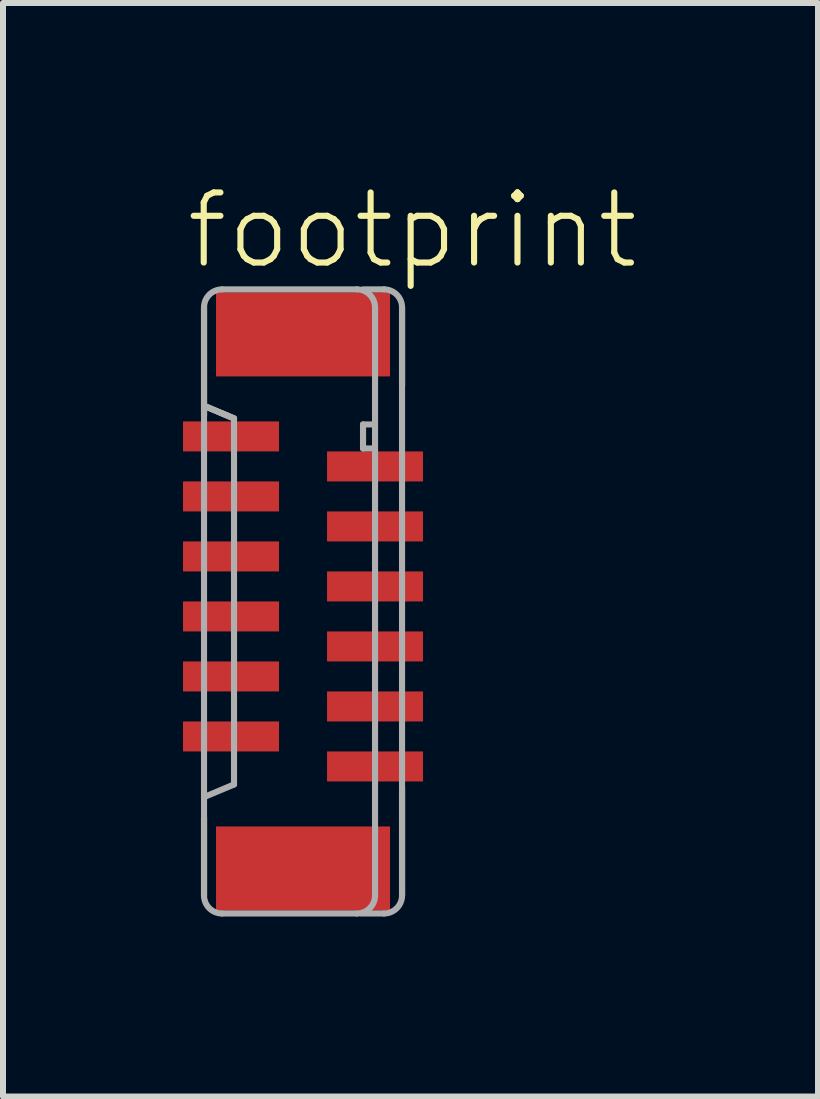
<source format=kicad_pcb>
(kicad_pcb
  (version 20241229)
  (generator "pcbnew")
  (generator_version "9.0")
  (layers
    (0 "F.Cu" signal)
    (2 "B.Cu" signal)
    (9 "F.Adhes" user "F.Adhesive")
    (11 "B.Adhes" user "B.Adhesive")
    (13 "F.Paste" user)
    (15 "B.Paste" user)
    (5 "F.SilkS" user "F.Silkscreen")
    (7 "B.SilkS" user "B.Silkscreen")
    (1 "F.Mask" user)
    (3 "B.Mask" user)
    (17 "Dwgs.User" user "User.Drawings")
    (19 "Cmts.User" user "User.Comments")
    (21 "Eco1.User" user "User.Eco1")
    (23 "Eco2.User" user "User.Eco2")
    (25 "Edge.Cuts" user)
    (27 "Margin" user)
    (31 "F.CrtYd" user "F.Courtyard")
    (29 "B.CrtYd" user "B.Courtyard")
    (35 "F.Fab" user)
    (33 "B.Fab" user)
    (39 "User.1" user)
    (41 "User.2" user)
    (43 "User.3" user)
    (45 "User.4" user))
  (footprint "footprint"
    (layer "F.Cu")
    (at 2 6.973)
    (property "Reference" "footprint" (at -2 -5.5 0) (layer "F.SilkS") (effects (font (size 1.168 1.168) (thickness 0.102)) (justify left bottom)))
    (fp_line (start -1.65 -4.9) (end -1.65 -3.1) (stroke (width 0.102) (type solid)) (layer "F.SilkS"))
    (fp_line (start -1.65 3.6) (end -1.65 4.9) (stroke (width 0.102) (type solid)) (layer "F.SilkS"))
    (fp_line (start -1.625 -3.25) (end -1.15 -3.05) (stroke (width 0.102) (type solid)) (layer "F.SilkS"))
    (fp_line (start 1.65 -3.6) (end 1.65 -4.9) (stroke (width 0.102) (type solid)) (layer "F.SilkS"))
    (fp_line (start 1.65 4.9) (end 1.65 3.1) (stroke (width 0.102) (type solid)) (layer "F.SilkS"))
    (fp_line (start -1.65 -4.9) (end -1.65 4.9) (stroke (width 0.102) (type solid)) (layer "F.Fab"))
    (fp_line (start -1.625 -3.25) (end -1.15 -3.05) (stroke (width 0.102) (type solid)) (layer "F.Fab"))
    (fp_line (start -1.35 5.2) (end 0.9 5.2) (stroke (width 0.102) (type solid)) (layer "F.Fab"))
    (fp_line (start -1.15 -3.05) (end -1.15 3.05) (stroke (width 0.102) (type solid)) (layer "F.Fab"))
    (fp_line (start -1.15 3.05) (end -1.625 3.25) (stroke (width 0.102) (type solid)) (layer "F.Fab"))
    (fp_line (start 0.9 -5.2) (end -1.35 -5.2) (stroke (width 0.102) (type solid)) (layer "F.Fab"))
    (fp_line (start 0.975 5.2) (end 1.35 5.2) (stroke (width 0.102) (type solid)) (layer "F.Fab"))
    (fp_line (start 1 -5.2) (end 1.35 -5.2) (stroke (width 0.102) (type solid)) (layer "F.Fab"))
    (fp_line (start 1 -2.95) (end 1 -2.55) (stroke (width 0.102) (type solid)) (layer "F.Fab"))
    (fp_line (start 1 -2.55) (end 1.15 -2.55) (stroke (width 0.102) (type solid)) (layer "F.Fab"))
    (fp_line (start 1.15 -2.95) (end 1 -2.95) (stroke (width 0.102) (type solid)) (layer "F.Fab"))
    (fp_line (start 1.2 4.9) (end 1.2 -4.9) (stroke (width 0.102) (type solid)) (layer "F.Fab"))
    (fp_line (start 1.65 4.9) (end 1.65 -4.9) (stroke (width 0.102) (type solid)) (layer "F.Fab"))
    (fp_arc (start -1.65 -4.9) (mid -1.562132 -5.112132) (end -1.35 -5.2) (stroke (width 0.1016) (type solid)) (layer "F.Fab"))
    (fp_arc (start -1.35 5.2) (mid -1.562132 5.112132) (end -1.65 4.9) (stroke (width 0.1016) (type solid)) (layer "F.Fab"))
    (fp_arc (start 0.9 -5.2) (mid 1.112132 -5.112132) (end 1.2 -4.9) (stroke (width 0.1016) (type solid)) (layer "F.Fab"))
    (fp_arc (start 1.2 4.9) (mid 1.112132 5.112132) (end 0.9 5.2) (stroke (width 0.1016) (type solid)) (layer "F.Fab"))
    (fp_arc (start 1.35 -5.2) (mid 1.562132 -5.112132) (end 1.65 -4.9) (stroke (width 0.1016) (type solid)) (layer "F.Fab"))
    (fp_arc (start 1.65 4.9) (mid 1.562132 5.112132) (end 1.35 5.2) (stroke (width 0.1016) (type solid)) (layer "F.Fab"))
    (pad "1" smd rect (at -1.2 -2.75 270) (size 0.5 1.6) (layers "F.Cu" "F.Mask" "F.Paste"))
    (pad "2" smd rect (at 1.2 -2.25 90) (size 0.5 1.6) (layers "F.Cu" "F.Mask" "F.Paste"))
    (pad "3" smd rect (at -1.2 -1.75 270) (size 0.5 1.6) (layers "F.Cu" "F.Mask" "F.Paste"))
    (pad "4" smd rect (at 1.2 -1.25 90) (size 0.5 1.6) (layers "F.Cu" "F.Mask" "F.Paste"))
    (pad "5" smd rect (at -1.2 -0.75 270) (size 0.5 1.6) (layers "F.Cu" "F.Mask" "F.Paste"))
    (pad "6" smd rect (at 1.2 -0.25 90) (size 0.5 1.6) (layers "F.Cu" "F.Mask" "F.Paste"))
    (pad "7" smd rect (at -1.2 0.25 270) (size 0.5 1.6) (layers "F.Cu" "F.Mask" "F.Paste"))
    (pad "8" smd rect (at 1.2 0.75 90) (size 0.5 1.6) (layers "F.Cu" "F.Mask" "F.Paste"))
    (pad "9" smd rect (at -1.2 1.25 270) (size 0.5 1.6) (layers "F.Cu" "F.Mask" "F.Paste"))
    (pad "10" smd rect (at 1.2 1.75 90) (size 0.5 1.6) (layers "F.Cu" "F.Mask" "F.Paste"))
    (pad "11" smd rect (at -1.2 2.25 270) (size 0.5 1.6) (layers "F.Cu" "F.Mask" "F.Paste"))
    (pad "12" smd rect (at 1.2 2.75 90) (size 0.5 1.6) (layers "F.Cu" "F.Mask" "F.Paste"))
    (pad "M1" smd rect (at 0 -4.45 270) (size 1.4 2.9) (layers "F.Cu" "F.Mask" "F.Paste"))
    (pad "M2" smd rect (at 0 4.45 270) (size 1.4 2.9) (layers "F.Cu" "F.Mask" "F.Paste")))
  (gr_rect
    (start -3 -3)
    (end 10.582 15.224)
    (stroke (width 0.1) (type default))
    (fill no)
    (layer "Edge.Cuts")))
</source>
